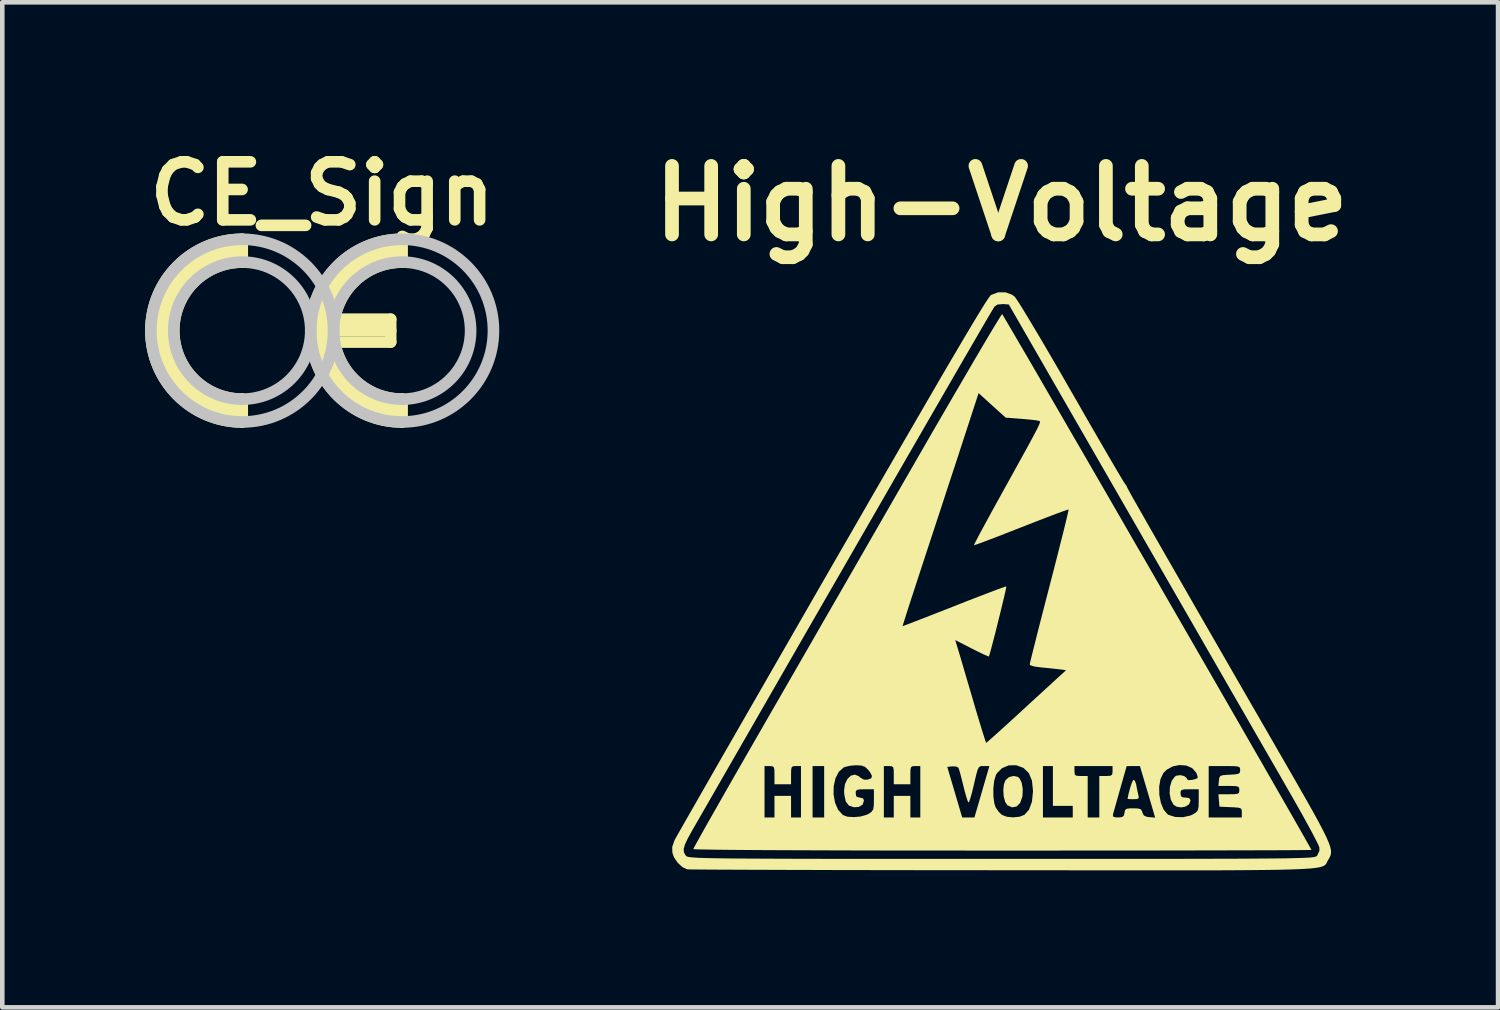
<source format=kicad_pcb>
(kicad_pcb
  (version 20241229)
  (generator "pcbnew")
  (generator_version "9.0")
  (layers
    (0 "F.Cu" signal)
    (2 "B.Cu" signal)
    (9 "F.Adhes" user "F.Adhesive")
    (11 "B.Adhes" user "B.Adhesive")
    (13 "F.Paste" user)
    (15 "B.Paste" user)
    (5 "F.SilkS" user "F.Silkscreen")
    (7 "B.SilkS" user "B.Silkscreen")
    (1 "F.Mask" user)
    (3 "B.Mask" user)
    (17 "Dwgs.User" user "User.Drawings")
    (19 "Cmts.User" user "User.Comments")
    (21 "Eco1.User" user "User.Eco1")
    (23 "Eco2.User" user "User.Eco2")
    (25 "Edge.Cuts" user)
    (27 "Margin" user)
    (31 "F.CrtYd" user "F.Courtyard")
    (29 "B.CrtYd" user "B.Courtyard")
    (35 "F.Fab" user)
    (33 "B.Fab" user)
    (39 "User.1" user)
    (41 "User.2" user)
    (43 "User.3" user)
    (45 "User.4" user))
  (footprint "High-Voltage"
    (layer "F.Cu")
    (at 18.878 9.659)
    (property "Reference" "High-Voltage" (at 0 -8.255 0) (layer "F.SilkS") (effects (font (size 1.5 1.5) (thickness 0.3))))
    (attr board_only exclude_from_pos_files exclude_from_bom allow_missing_courtyard)
    (fp_poly (pts (xy 0.359 4.301) (xy 0.394 4.331) (xy 0.442 4.43) (xy 0.465 4.569) (xy 0.459 4.717) (xy 0.456 4.733) (xy 0.408 4.87) (xy 0.33 4.95) (xy 0.232 4.968) (xy 0.128 4.922) (xy 0.079 4.848) (xy 0.048 4.73) (xy 0.039 4.593) (xy 0.052 4.463) (xy 0.087 4.373) (xy 0.165 4.305) (xy 0.266 4.28)) (stroke (width 0) (type solid)) (fill yes) (layer "F.SilkS"))
    (fp_poly (pts (xy 2.921 4.388) (xy 2.947 4.461) (xy 2.952 4.489) (xy 2.974 4.603) (xy 2.996 4.7) (xy 2.998 4.708) (xy 3.005 4.762) (xy 2.974 4.785) (xy 2.889 4.79) (xy 2.804 4.788) (xy 2.761 4.782) (xy 2.759 4.781) (xy 2.786 4.654) (xy 2.82 4.53) (xy 2.854 4.428) (xy 2.884 4.37) (xy 2.891 4.364)) (stroke (width 0) (type solid)) (fill yes) (layer "F.SilkS"))
    (fp_poly (pts (xy 0.233 -6.255) (xy 0.287 -6.214) (xy 0.324 -6.165) (xy 0.393 -6.059) (xy 0.491 -5.902) (xy 0.614 -5.698) (xy 0.76 -5.454) (xy 0.925 -5.175) (xy 1.105 -4.867) (xy 1.297 -4.537) (xy 1.497 -4.188) (xy 1.527 -4.137) (xy 1.727 -3.789) (xy 1.916 -3.459) (xy 2.093 -3.153) (xy 2.253 -2.877) (xy 2.394 -2.635) (xy 2.512 -2.434) (xy 2.604 -2.278) (xy 2.667 -2.173) (xy 2.698 -2.125) (xy 2.7 -2.123) (xy 2.741 -2.064) (xy 2.747 -2.047) (xy 2.757 -2.024) (xy 2.787 -1.969) (xy 2.836 -1.879) (xy 2.907 -1.752) (xy 3.001 -1.587) (xy 3.118 -1.382) (xy 3.259 -1.134) (xy 3.427 -0.841) (xy 3.621 -0.502) (xy 3.843 -0.116) (xy 4.094 0.321) (xy 4.375 0.811) (xy 4.688 1.354) (xy 5.033 1.953) (xy 5.411 2.61) (xy 5.825 3.326) (xy 6.072 3.756) (xy 6.313 4.173) (xy 6.519 4.533) (xy 6.694 4.839) (xy 6.839 5.098) (xy 6.957 5.313) (xy 7.049 5.49) (xy 7.119 5.634) (xy 7.168 5.749) (xy 7.199 5.84) (xy 7.214 5.913) (xy 7.214 5.972) (xy 7.203 6.023) (xy 7.182 6.069) (xy 7.155 6.116) (xy 7.149 6.125) (xy 7.134 6.152) (xy 7.122 6.177) (xy 7.11 6.2) (xy 7.094 6.22) (xy 7.073 6.239) (xy 7.042 6.255) (xy 6.999 6.27) (xy 6.941 6.284) (xy 6.864 6.295) (xy 6.765 6.306) (xy 6.642 6.314) (xy 6.492 6.322) (xy 6.311 6.328) (xy 6.096 6.334) (xy 5.845 6.338) (xy 5.553 6.341) (xy 5.219 6.344) (xy 4.839 6.346) (xy 4.41 6.347) (xy 3.929 6.347) (xy 3.393 6.347) (xy 2.799 6.347) (xy 2.144 6.347) (xy 1.425 6.346) (xy 0.638 6.346) (xy 0.01 6.345) (xy -0.689 6.344) (xy -1.368 6.344) (xy -2.026 6.343) (xy -2.657 6.342) (xy -3.259 6.341) (xy -3.827 6.34) (xy -4.358 6.338) (xy -4.849 6.337) (xy -5.296 6.335) (xy -5.695 6.334) (xy -6.043 6.332) (xy -6.335 6.331) (xy -6.57 6.329) (xy -6.742 6.328) (xy -6.848 6.326) (xy -6.885 6.324) (xy -6.989 6.275) (xy -7.092 6.178) (xy -7.172 6.059) (xy -7.206 5.963) (xy -7.209 5.882) (xy -6.959 5.882) (xy -6.953 5.955) (xy -6.918 6.017) (xy -6.907 6.03) (xy -6.898 6.038) (xy -6.883 6.045) (xy -6.86 6.052) (xy -6.825 6.058) (xy -6.776 6.063) (xy -6.709 6.068) (xy -6.621 6.073) (xy -6.509 6.077) (xy -6.371 6.08) (xy -6.202 6.083) (xy -6 6.086) (xy -5.763 6.088) (xy -5.486 6.09) (xy -5.166 6.091) (xy -4.802 6.093) (xy -4.389 6.094) (xy -3.925 6.095) (xy -3.406 6.095) (xy -2.829 6.096) (xy -2.192 6.096) (xy -1.491 6.096) (xy -0.723 6.096) (xy 0 6.096) (xy 0.828 6.096) (xy 1.586 6.096) (xy 2.278 6.096) (xy 2.906 6.096) (xy 3.474 6.095) (xy 3.985 6.095) (xy 4.442 6.094) (xy 4.848 6.093) (xy 5.206 6.092) (xy 5.519 6.09) (xy 5.79 6.088) (xy 6.023 6.086) (xy 6.22 6.084) (xy 6.384 6.08) (xy 6.519 6.077) (xy 6.628 6.073) (xy 6.713 6.069) (xy 6.778 6.064) (xy 6.826 6.058) (xy 6.86 6.052) (xy 6.882 6.045) (xy 6.897 6.037) (xy 6.907 6.029) (xy 6.911 6.025) (xy 6.96 5.92) (xy 6.96 5.85) (xy 6.939 5.794) (xy 6.885 5.685) (xy 6.804 5.528) (xy 6.698 5.333) (xy 6.574 5.108) (xy 6.434 4.86) (xy 6.32 4.66) (xy 6.228 4.501) (xy 6.104 4.284) (xy 5.948 4.013) (xy 5.763 3.693) (xy 5.553 3.328) (xy 5.32 2.922) (xy 5.065 2.481) (xy 4.793 2.008) (xy 4.506 1.509) (xy 4.206 0.987) (xy 3.895 0.447) (xy 3.577 -0.105) (xy 3.253 -0.667) (xy 2.928 -1.233) (xy 2.927 -1.234) (xy 0.16 -6.042) (xy 0.033 -6.052) (xy -0.089 -6.041) (xy -0.152 -5.998) (xy -0.176 -5.959) (xy -0.236 -5.86) (xy -0.33 -5.7) (xy -0.459 -5.479) (xy -0.623 -5.196) (xy -0.823 -4.853) (xy -1.057 -4.448) (xy -1.327 -3.981) (xy -1.632 -3.453) (xy -1.973 -2.863) (xy -2.349 -2.211) (xy -2.76 -1.497) (xy -3.207 -0.721) (xy -3.69 0.117) (xy -4.209 1.017) (xy -4.763 1.98) (xy -5.353 3.006) (xy -5.979 4.094) (xy -6.641 5.245) (xy -6.772 5.473) (xy -6.872 5.653) (xy -6.933 5.785) (xy -6.959 5.882) (xy -7.209 5.882) (xy -7.21 5.835) (xy -7.165 5.701) (xy -7.157 5.683) (xy -7.131 5.637) (xy -7.071 5.53) (xy -6.979 5.368) (xy -6.856 5.152) (xy -6.703 4.886) (xy -6.524 4.573) (xy -6.32 4.216) (xy -6.092 3.818) (xy -5.842 3.384) (xy -5.573 2.915) (xy -5.285 2.415) (xy -4.982 1.887) (xy -4.664 1.335) (xy -4.334 0.761) (xy -3.994 0.169) (xy -3.708 -0.327) (xy -3.27 -1.086) (xy -2.868 -1.785) (xy -2.498 -2.424) (xy -2.162 -3.006) (xy -1.856 -3.533) (xy -1.581 -4.007) (xy -1.336 -4.429) (xy -1.118 -4.802) (xy -0.926 -5.127) (xy -0.761 -5.407) (xy -0.62 -5.643) (xy -0.503 -5.837) (xy -0.408 -5.992) (xy -0.334 -6.108) (xy -0.279 -6.189) (xy -0.244 -6.236) (xy -0.23 -6.25) (xy -0.077 -6.308) (xy 0.086 -6.309)) (stroke (width 0) (type solid)) (fill yes) (layer "F.SilkS"))
    (fp_poly (pts (xy 0.034 -5.8) (xy 0.088 -5.709) (xy 0.174 -5.563) (xy 0.29 -5.365) (xy 0.433 -5.119) (xy 0.602 -4.83) (xy 0.794 -4.5) (xy 1.006 -4.133) (xy 1.238 -3.734) (xy 1.486 -3.305) (xy 1.749 -2.852) (xy 2.024 -2.377) (xy 2.309 -1.884) (xy 2.602 -1.377) (xy 2.9 -0.86) (xy 3.203 -0.337) (xy 3.506 0.189) (xy 3.809 0.714) (xy 4.109 1.234) (xy 4.404 1.746) (xy 4.692 2.245) (xy 4.97 2.728) (xy 5.236 3.19) (xy 5.489 3.63) (xy 5.726 4.041) (xy 5.944 4.422) (xy 6.142 4.767) (xy 6.318 5.074) (xy 6.469 5.338) (xy 6.593 5.556) (xy 6.688 5.724) (xy 6.752 5.838) (xy 6.783 5.894) (xy 6.785 5.9) (xy 6.75 5.901) (xy 6.645 5.903) (xy 6.475 5.904) (xy 6.243 5.906) (xy 5.952 5.907) (xy 5.607 5.908) (xy 5.211 5.909) (xy 4.767 5.91) (xy 4.278 5.911) (xy 3.75 5.912) (xy 3.184 5.913) (xy 2.585 5.913) (xy 1.956 5.914) (xy 1.3 5.914) (xy 0.622 5.915) (xy 0.018 5.915) (xy -0.807 5.914) (xy -1.588 5.914) (xy -2.322 5.913) (xy -3.007 5.912) (xy -3.642 5.91) (xy -4.223 5.908) (xy -4.75 5.906) (xy -5.22 5.904) (xy -5.631 5.901) (xy -5.981 5.898) (xy -6.268 5.895) (xy -6.49 5.891) (xy -6.645 5.888) (xy -6.731 5.884) (xy -6.749 5.881) (xy -6.731 5.845) (xy -6.68 5.751) (xy -6.598 5.604) (xy -6.489 5.409) (xy -6.354 5.171) (xy -6.197 4.895) (xy -6.021 4.586) (xy -5.828 4.248) (xy -5.722 4.064) (xy -5.189 4.064) (xy -5.189 4.626) (xy -5.189 5.189) (xy -5.08 5.189) (xy -4.971 5.189) (xy -4.971 4.953) (xy -4.971 4.717) (xy -4.79 4.717) (xy -4.608 4.717) (xy -4.608 4.953) (xy -4.608 5.189) (xy -4.499 5.189) (xy -4.391 5.189) (xy -4.391 4.626) (xy -4.391 4.064) (xy -4.137 4.064) (xy -4.137 4.626) (xy -4.137 5.189) (xy -4.01 5.189) (xy -3.883 5.189) (xy -3.883 4.687) (xy -3.677 4.687) (xy -3.645 4.865) (xy -3.579 5.019) (xy -3.476 5.133) (xy -3.475 5.135) (xy -3.375 5.172) (xy -3.236 5.182) (xy -3.085 5.168) (xy -2.95 5.13) (xy -2.894 5.101) (xy -2.839 5.059) (xy -2.809 5.008) (xy -2.796 4.927) (xy -2.794 4.804) (xy -2.794 4.572) (xy -2.994 4.572) (xy -3.108 4.574) (xy -3.167 4.587) (xy -3.19 4.617) (xy -3.193 4.663) (xy -3.178 4.732) (xy -3.119 4.753) (xy -3.102 4.753) (xy -3.03 4.771) (xy -3.012 4.822) (xy -3.042 4.91) (xy -3.128 4.959) (xy -3.235 4.965) (xy -3.342 4.928) (xy -3.41 4.84) (xy -3.442 4.694) (xy -3.447 4.598) (xy -3.427 4.456) (xy -3.373 4.345) (xy -3.297 4.273) (xy -3.211 4.251) (xy -3.125 4.286) (xy -3.1 4.311) (xy -3.014 4.361) (xy -2.937 4.362) (xy -2.855 4.334) (xy -2.836 4.28) (xy -2.88 4.195) (xy -2.918 4.148) (xy -2.986 4.083) (xy -3.036 4.064) (xy -2.576 4.064) (xy -2.576 4.626) (xy -2.576 5.189) (xy -2.467 5.189) (xy -2.359 5.189) (xy -2.359 4.953) (xy -2.359 4.717) (xy -2.177 4.717) (xy -1.996 4.717) (xy -1.996 4.953) (xy -1.996 5.189) (xy -1.887 5.189) (xy -1.778 5.189) (xy -1.778 4.626) (xy -1.778 4.082) (xy -1.188 4.082) (xy -1.024 4.636) (xy -0.861 5.189) (xy -0.727 5.189) (xy -0.593 5.189) (xy -0.429 4.626) (xy -0.408 4.552) (xy -0.179 4.552) (xy -0.178 4.724) (xy -0.158 4.878) (xy -0.127 4.971) (xy -0.062 5.065) (xy 0.008 5.132) (xy 0.116 5.174) (xy 0.257 5.187) (xy 0.398 5.172) (xy 0.504 5.13) (xy 0.604 5.016) (xy 0.666 4.845) (xy 0.689 4.622) (xy 0.689 4.608) (xy 0.667 4.385) (xy 0.598 4.218) (xy 0.483 4.105) (xy 0.371 4.064) (xy 0.907 4.064) (xy 0.907 4.626) (xy 0.907 5.189) (xy 1.234 5.189) (xy 1.56 5.189) (xy 1.56 5.062) (xy 1.56 4.935) (xy 1.343 4.935) (xy 1.125 4.935) (xy 1.125 4.499) (xy 1.125 4.064) (xy 1.597 4.064) (xy 1.597 4.173) (xy 1.602 4.243) (xy 1.633 4.274) (xy 1.711 4.282) (xy 1.742 4.282) (xy 1.887 4.282) (xy 1.887 4.735) (xy 1.887 5.189) (xy 2.014 5.189) (xy 2.141 5.189) (xy 2.141 5.125) (xy 2.44 5.125) (xy 2.441 5.168) (xy 2.488 5.186) (xy 2.552 5.189) (xy 2.639 5.182) (xy 2.679 5.149) (xy 2.692 5.089) (xy 2.704 5.03) (xy 2.737 5) (xy 2.81 4.99) (xy 2.883 4.989) (xy 2.992 4.993) (xy 3.05 5.011) (xy 3.077 5.053) (xy 3.084 5.08) (xy 3.115 5.145) (xy 3.181 5.175) (xy 3.235 5.182) (xy 3.364 5.193) (xy 3.198 4.628) (xy 3.164 4.515) (xy 3.452 4.515) (xy 3.455 4.694) (xy 3.488 4.866) (xy 3.547 5.013) (xy 3.632 5.116) (xy 3.659 5.133) (xy 3.804 5.179) (xy 3.975 5.183) (xy 4.136 5.147) (xy 4.2 5.117) (xy 4.264 5.074) (xy 4.299 5.028) (xy 4.314 4.959) (xy 4.318 4.844) (xy 4.318 4.808) (xy 4.318 4.572) (xy 4.118 4.572) (xy 4.004 4.574) (xy 3.945 4.587) (xy 3.922 4.617) (xy 3.919 4.663) (xy 3.931 4.728) (xy 3.98 4.751) (xy 4.028 4.753) (xy 4.108 4.765) (xy 4.136 4.808) (xy 4.137 4.825) (xy 4.106 4.901) (xy 4.029 4.951) (xy 3.929 4.969) (xy 3.829 4.952) (xy 3.765 4.908) (xy 3.706 4.798) (xy 3.681 4.66) (xy 3.688 4.516) (xy 3.727 4.387) (xy 3.794 4.296) (xy 3.825 4.276) (xy 3.911 4.262) (xy 3.997 4.282) (xy 4.055 4.326) (xy 4.064 4.356) (xy 4.094 4.372) (xy 4.164 4.368) (xy 4.245 4.349) (xy 4.291 4.329) (xy 4.294 4.29) (xy 4.267 4.217) (xy 4.263 4.208) (xy 4.175 4.109) (xy 4.072 4.064) (xy 4.536 4.064) (xy 4.536 4.626) (xy 4.536 5.189) (xy 4.899 5.189) (xy 5.261 5.189) (xy 5.261 5.082) (xy 5.259 5.025) (xy 5.24 4.992) (xy 5.189 4.975) (xy 5.089 4.967) (xy 5.016 4.964) (xy 4.772 4.953) (xy 4.76 4.817) (xy 4.749 4.681) (xy 4.978 4.681) (xy 5.103 4.679) (xy 5.171 4.67) (xy 5.2 4.646) (xy 5.207 4.601) (xy 5.207 4.59) (xy 5.203 4.541) (xy 5.179 4.514) (xy 5.118 4.502) (xy 5.005 4.499) (xy 4.978 4.499) (xy 4.749 4.499) (xy 4.76 4.381) (xy 4.769 4.317) (xy 4.792 4.281) (xy 4.847 4.263) (xy 4.95 4.255) (xy 4.998 4.253) (xy 5.122 4.245) (xy 5.19 4.231) (xy 5.219 4.204) (xy 5.225 4.157) (xy 5.225 4.153) (xy 5.223 4.112) (xy 5.206 4.086) (xy 5.161 4.071) (xy 5.075 4.065) (xy 4.934 4.064) (xy 4.88 4.064) (xy 4.536 4.064) (xy 4.072 4.064) (xy 4.047 4.053) (xy 3.899 4.041) (xy 3.748 4.071) (xy 3.615 4.145) (xy 3.543 4.218) (xy 3.48 4.35) (xy 3.452 4.515) (xy 3.164 4.515) (xy 3.031 4.064) (xy 2.885 4.064) (xy 2.74 4.065) (xy 2.598 4.563) (xy 2.546 4.748) (xy 2.5 4.91) (xy 2.464 5.037) (xy 2.443 5.114) (xy 2.44 5.125) (xy 2.141 5.125) (xy 2.141 4.735) (xy 2.141 4.282) (xy 2.286 4.282) (xy 2.379 4.277) (xy 2.42 4.254) (xy 2.431 4.196) (xy 2.431 4.173) (xy 2.431 4.064) (xy 2.014 4.064) (xy 1.597 4.064) (xy 1.125 4.064) (xy 1.016 4.064) (xy 0.907 4.064) (xy 0.371 4.064) (xy 0.321 4.046) (xy 0.159 4.048) (xy 0.011 4.11) (xy -0.1 4.22) (xy -0.124 4.263) (xy -0.161 4.388) (xy -0.179 4.552) (xy -0.408 4.552) (xy -0.266 4.064) (xy -0.384 4.064) (xy -0.436 4.064) (xy -0.473 4.072) (xy -0.501 4.099) (xy -0.527 4.156) (xy -0.554 4.254) (xy -0.59 4.405) (xy -0.618 4.527) (xy -0.654 4.671) (xy -0.687 4.784) (xy -0.713 4.851) (xy -0.722 4.862) (xy -0.741 4.829) (xy -0.771 4.74) (xy -0.807 4.61) (xy -0.834 4.5) (xy -0.873 4.345) (xy -0.907 4.214) (xy -0.934 4.126) (xy -0.944 4.099) (xy -0.995 4.074) (xy -1.078 4.07) (xy -1.188 4.082) (xy -1.778 4.082) (xy -1.778 4.064) (xy -1.887 4.064) (xy -1.949 4.067) (xy -1.981 4.089) (xy -1.994 4.148) (xy -1.996 4.261) (xy -1.996 4.264) (xy -1.996 4.463) (xy -2.177 4.463) (xy -2.359 4.463) (xy -2.359 4.264) (xy -2.36 4.149) (xy -2.372 4.09) (xy -2.404 4.068) (xy -2.466 4.064) (xy -2.467 4.064) (xy -2.576 4.064) (xy -3.036 4.064) (xy -3.063 4.053) (xy -3.18 4.046) (xy -3.185 4.046) (xy -3.312 4.056) (xy -3.425 4.082) (xy -3.458 4.096) (xy -3.564 4.191) (xy -3.636 4.333) (xy -3.674 4.504) (xy -3.677 4.687) (xy -3.883 4.687) (xy -3.883 4.626) (xy -3.883 4.064) (xy -4.01 4.064) (xy -4.137 4.064) (xy -4.391 4.064) (xy -4.499 4.064) (xy -4.562 4.067) (xy -4.594 4.089) (xy -4.606 4.148) (xy -4.608 4.261) (xy -4.608 4.264) (xy -4.608 4.463) (xy -4.79 4.463) (xy -4.971 4.463) (xy -4.971 4.264) (xy -4.973 4.149) (xy -4.985 4.09) (xy -5.017 4.068) (xy -5.078 4.064) (xy -5.08 4.064) (xy -5.189 4.064) (xy -5.722 4.064) (xy -5.621 3.888) (xy -5.403 3.509) (xy -5.395 3.495) (xy -5.18 3.121) (xy -4.933 2.693) (xy -4.66 2.219) (xy -4.366 1.708) (xy -4.055 1.168) (xy -3.959 1) (xy -2.166 1) (xy -2.166 1) (xy -2.132 0.989) (xy -2.038 0.953) (xy -1.893 0.897) (xy -1.703 0.824) (xy -1.478 0.736) (xy -1.225 0.637) (xy -1.034 0.562) (xy -0.766 0.456) (xy -0.519 0.36) (xy -0.303 0.278) (xy -0.124 0.21) (xy 0.008 0.162) (xy 0.087 0.135) (xy 0.105 0.131) (xy 0.1 0.167) (xy 0.08 0.261) (xy 0.048 0.401) (xy 0.006 0.573) (xy -0.041 0.766) (xy -0.091 0.967) (xy -0.14 1.164) (xy -0.187 1.344) (xy -0.227 1.495) (xy -0.257 1.605) (xy -0.275 1.66) (xy -0.277 1.664) (xy -0.311 1.654) (xy -0.396 1.616) (xy -0.519 1.557) (xy -0.65 1.491) (xy -1.013 1.305) (xy -0.961 1.478) (xy -0.937 1.559) (xy -0.895 1.698) (xy -0.84 1.885) (xy -0.775 2.108) (xy -0.702 2.355) (xy -0.629 2.603) (xy -0.556 2.853) (xy -0.488 3.078) (xy -0.43 3.27) (xy -0.383 3.419) (xy -0.351 3.518) (xy -0.336 3.556) (xy -0.335 3.556) (xy -0.306 3.532) (xy -0.23 3.466) (xy -0.116 3.364) (xy 0.029 3.233) (xy 0.198 3.079) (xy 0.339 2.95) (xy 0.535 2.77) (xy 0.726 2.594) (xy 0.902 2.433) (xy 1.051 2.297) (xy 1.163 2.194) (xy 1.206 2.154) (xy 1.415 1.964) (xy 1.261 1.945) (xy 1.14 1.931) (xy 0.986 1.915) (xy 0.862 1.903) (xy 0.724 1.885) (xy 0.639 1.86) (xy 0.617 1.839) (xy 0.626 1.796) (xy 0.652 1.69) (xy 0.692 1.528) (xy 0.745 1.317) (xy 0.809 1.064) (xy 0.883 0.776) (xy 0.964 0.46) (xy 1.05 0.128) (xy 1.137 -0.208) (xy 1.217 -0.521) (xy 1.289 -0.806) (xy 1.352 -1.054) (xy 1.403 -1.261) (xy 1.44 -1.417) (xy 1.463 -1.517) (xy 1.469 -1.554) (xy 1.469 -1.554) (xy 1.434 -1.545) (xy 1.339 -1.512) (xy 1.193 -1.458) (xy 1.005 -1.387) (xy 0.783 -1.301) (xy 0.535 -1.204) (xy 0.433 -1.164) (xy 0.177 -1.064) (xy -0.056 -0.973) (xy -0.258 -0.896) (xy -0.421 -0.834) (xy -0.537 -0.792) (xy -0.596 -0.773) (xy -0.603 -0.772) (xy -0.589 -0.806) (xy -0.544 -0.895) (xy -0.471 -1.033) (xy -0.375 -1.211) (xy -0.26 -1.422) (xy -0.13 -1.659) (xy -0.042 -1.818) (xy 0.161 -2.185) (xy 0.332 -2.494) (xy 0.473 -2.749) (xy 0.587 -2.956) (xy 0.676 -3.121) (xy 0.743 -3.247) (xy 0.791 -3.34) (xy 0.821 -3.406) (xy 0.838 -3.448) (xy 0.842 -3.474) (xy 0.838 -3.487) (xy 0.826 -3.492) (xy 0.811 -3.496) (xy 0.808 -3.497) (xy 0.744 -3.508) (xy 0.629 -3.521) (xy 0.482 -3.535) (xy 0.417 -3.54) (xy 0.091 -3.565) (xy -0.206 -3.833) (xy -0.502 -4.102) (xy -0.795 -3.203) (xy -0.87 -2.974) (xy -0.963 -2.688) (xy -1.071 -2.359) (xy -1.19 -1.998) (xy -1.314 -1.618) (xy -1.441 -1.232) (xy -1.566 -0.851) (xy -1.631 -0.654) (xy -1.739 -0.324) (xy -1.84 -0.016) (xy -1.931 0.264) (xy -2.011 0.508) (xy -2.076 0.711) (xy -2.125 0.865) (xy -2.156 0.964) (xy -2.166 1) (xy -3.959 1) (xy -3.733 0.608) (xy -3.403 0.036) (xy -3.072 -0.54) (xy -2.744 -1.11) (xy -2.424 -1.666) (xy -2.117 -2.2) (xy -2.03 -2.35) (xy -1.764 -2.813) (xy -1.507 -3.258) (xy -1.262 -3.68) (xy -1.031 -4.077) (xy -0.817 -4.443) (xy -0.623 -4.776) (xy -0.45 -5.07) (xy -0.301 -5.322) (xy -0.178 -5.528) (xy -0.083 -5.684) (xy -0.019 -5.786) (xy 0.011 -5.83) (xy 0.013 -5.832)) (stroke (width 0) (type solid)) (fill yes) (layer "F.SilkS")))
  (footprint "CE_Sign"
    (layer "F.Cu")
    (at 4.004 4.189)
    (property "Reference" "CE_Sign" (at 0 -3 0) (unlocked yes) (layer "F.SilkS") (effects (font (size 1.27 1.27) (thickness 0.254))))
    (attr board_only exclude_from_pos_files exclude_from_bom allow_missing_courtyard)
    (fp_line (start -1.75 -2) (end -1.75 -1.5) (stroke (width 0.254) (type solid)) (layer "F.SilkS"))
    (fp_line (start -1.75 1.5) (end -1.75 2) (stroke (width 0.254) (type solid)) (layer "F.SilkS"))
    (fp_line (start 0.25 -0.25) (end 1.5 -0.25) (stroke (width 0.254) (type solid)) (layer "F.SilkS"))
    (fp_line (start 1.5 -0.25) (end 1.5 0.25) (stroke (width 0.254) (type solid)) (layer "F.SilkS"))
    (fp_line (start 1.5 0) (end 0.25 0) (stroke (width 0.254) (type solid)) (layer "F.SilkS"))
    (fp_line (start 1.5 0.25) (end 0.25 0.25) (stroke (width 0.254) (type solid)) (layer "F.SilkS"))
    (fp_line (start 1.75 -2) (end 1.75 -1.5) (stroke (width 0.254) (type solid)) (layer "F.SilkS"))
    (fp_line (start 1.75 1.5) (end 1.75 2) (stroke (width 0.254) (type solid)) (layer "F.SilkS"))
    (fp_arc (start -1.79998 1.750001) (mid -3.500715 0.00001) (end -1.8 -1.75) (stroke (width 0.3) (type solid)) (layer "F.SilkS"))
    (fp_arc (start -1.75 1.5) (mid -3.25 0) (end -1.75 -1.5) (stroke (width 0.254) (type solid)) (layer "F.SilkS"))
    (fp_arc (start -1.75 2) (mid -3.75 0) (end -1.75 -2) (stroke (width 0.254) (type solid)) (layer "F.SilkS"))
    (fp_arc (start 1.70002 1.750001) (mid -0.000715 0.00001) (end 1.7 -1.75) (stroke (width 0.3) (type solid)) (layer "F.SilkS"))
    (fp_arc (start 1.75 1.5) (mid 0.25 0) (end 1.75 -1.5) (stroke (width 0.254) (type solid)) (layer "F.SilkS"))
    (fp_arc (start 1.75 2) (mid -0.25 0) (end 1.75 -2) (stroke (width 0.254) (type solid)) (layer "F.SilkS"))
    (fp_circle (center -1.75 0) (end -0.25 0) (stroke (width 0.254) (type solid)) (fill no) (layer "Dwgs.User"))
    (fp_circle (center -1.75 0) (end 0.25 0) (stroke (width 0.254) (type solid)) (fill no) (layer "Dwgs.User"))
    (fp_circle (center 1.75 0) (end 3.25 0) (stroke (width 0.254) (type solid)) (fill no) (layer "Dwgs.User"))
    (fp_circle (center 1.75 0) (end 3.75 0) (stroke (width 0.254) (type solid)) (fill no) (layer "Dwgs.User")))
  (gr_rect
    (start -3 -3)
    (end 29.75 19.006)
    (stroke (width 0.1) (type default))
    (fill no)
    (layer "Edge.Cuts")))
</source>
